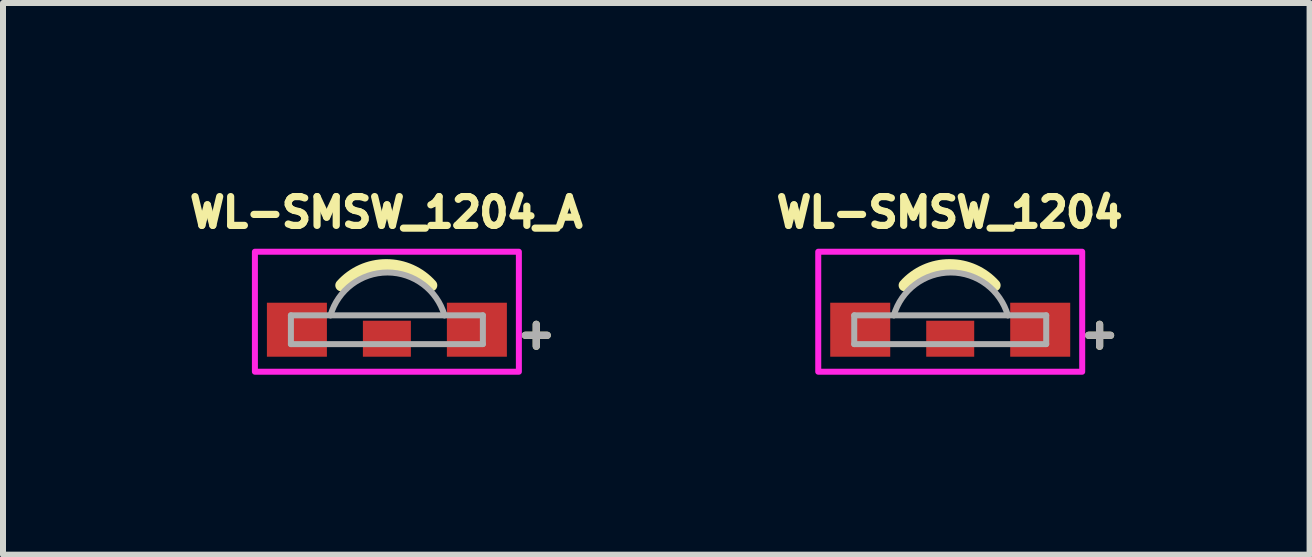
<source format=kicad_pcb>
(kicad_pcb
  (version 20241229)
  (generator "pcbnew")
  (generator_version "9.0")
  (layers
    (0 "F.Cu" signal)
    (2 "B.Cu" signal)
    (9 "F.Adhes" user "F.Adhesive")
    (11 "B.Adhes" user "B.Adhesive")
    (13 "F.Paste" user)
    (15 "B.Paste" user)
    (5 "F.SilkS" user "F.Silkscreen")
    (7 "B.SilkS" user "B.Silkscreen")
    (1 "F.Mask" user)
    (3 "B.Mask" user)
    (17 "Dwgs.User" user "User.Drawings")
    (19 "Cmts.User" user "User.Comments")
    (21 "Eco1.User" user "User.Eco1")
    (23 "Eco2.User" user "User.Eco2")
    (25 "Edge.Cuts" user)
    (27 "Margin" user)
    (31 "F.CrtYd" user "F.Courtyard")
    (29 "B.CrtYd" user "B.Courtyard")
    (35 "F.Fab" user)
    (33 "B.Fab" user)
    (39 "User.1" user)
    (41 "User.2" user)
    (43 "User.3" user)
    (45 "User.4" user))
  (footprint "WL-SMSW_1204"
    (layer "F.Cu")
    (at 12.789 2.446)
    (property "Reference" "WL-SMSW_1204" (at -0.01 -1.955 0) (layer "F.SilkS") (effects (font (size 0.48 0.48) (thickness 0.12))))
    (attr smd)
    (fp_arc (start -0.76 -0.74) (mid -0.01 -1.076799) (end 0.74 -0.74) (stroke (width 0.2) (type solid)) (layer "F.SilkS"))
    (fp_poly (pts (xy -2.2 -1.3) (xy 2.2 -1.3) (xy 2.2 0.7) (xy -2.2 0.7)) (stroke (width 0.1) (type solid)) (fill no) (layer "F.CrtYd"))
    (fp_line (start -1.6 -0.24) (end -0.94 -0.24) (stroke (width 0.1) (type solid)) (layer "F.Fab"))
    (fp_line (start -1.6 0.24) (end -1.6 -0.24) (stroke (width 0.1) (type solid)) (layer "F.Fab"))
    (fp_line (start -0.94 -0.24) (end 0.96 -0.24) (stroke (width 0.1) (type solid)) (layer "F.Fab"))
    (fp_line (start 0.96 -0.24) (end 1.6 -0.24) (stroke (width 0.1) (type solid)) (layer "F.Fab"))
    (fp_line (start 1.6 -0.24) (end 1.6 0.24) (stroke (width 0.1) (type solid)) (layer "F.Fab"))
    (fp_line (start 1.6 0.24) (end -1.6 0.24) (stroke (width 0.1) (type solid)) (layer "F.Fab"))
    (fp_arc (start -0.94 -0.24) (mid 0.01 -0.953972) (end 0.96 -0.24) (stroke (width 0.1) (type solid)) (layer "F.Fab"))
    (fp_text user "+" (at 2.49 0.06 0) (layer "F.SilkS") (effects (font (size 0.48 0.48) (thickness 0.15))))
    (fp_text user "+" (at 2.49 0.06 0) (layer "F.Fab") (effects (font (size 0.48 0.48) (thickness 0.15))))
    (pad "1" smd rect (at -1.5 0) (size 1 0.9) (layers "F.Cu" "F.Mask" "F.Paste"))
    (pad "2" smd rect (at 1.5 0) (size 1 0.9) (layers "F.Cu" "F.Mask" "F.Paste"))
    (pad "3" smd rect (at 0 0.15) (size 0.8 0.6) (layers "F.Cu" "F.Mask" "F.Paste")))
  (footprint "WL-SMSW_1204_A"
    (layer "F.Cu")
    (at 3.399 2.446)
    (property "Reference" "WL-SMSW_1204_A" (at -0.01 -1.955 0) (layer "F.SilkS") (effects (font (size 0.48 0.48) (thickness 0.15))))
    (attr smd)
    (fp_arc (start -0.76 -0.74) (mid -0.01 -1.076799) (end 0.74 -0.74) (stroke (width 0.2) (type solid)) (layer "F.SilkS"))
    (fp_poly (pts (xy -2.2 -1.3) (xy 2.2 -1.3) (xy 2.2 0.7) (xy -2.2 0.7)) (stroke (width 0.1) (type solid)) (fill no) (layer "F.CrtYd"))
    (fp_line (start -1.6 -0.24) (end -0.94 -0.24) (stroke (width 0.1) (type solid)) (layer "F.Fab"))
    (fp_line (start -1.6 0.24) (end -1.6 -0.24) (stroke (width 0.1) (type solid)) (layer "F.Fab"))
    (fp_line (start -0.94 -0.24) (end 0.96 -0.24) (stroke (width 0.1) (type solid)) (layer "F.Fab"))
    (fp_line (start 0.96 -0.24) (end 1.6 -0.24) (stroke (width 0.1) (type solid)) (layer "F.Fab"))
    (fp_line (start 1.6 -0.24) (end 1.6 0.24) (stroke (width 0.1) (type solid)) (layer "F.Fab"))
    (fp_line (start 1.6 0.24) (end -1.6 0.24) (stroke (width 0.1) (type solid)) (layer "F.Fab"))
    (fp_arc (start -0.94 -0.24) (mid 0.01 -0.953972) (end 0.96 -0.24) (stroke (width 0.1) (type solid)) (layer "F.Fab"))
    (fp_text user "+" (at 2.49 0.06 0) (layer "F.SilkS") (effects (font (size 0.48 0.48) (thickness 0.15))))
    (fp_text user "+" (at 2.49 0.06 0) (layer "F.Fab") (effects (font (size 0.48 0.48) (thickness 0.15))))
    (pad "1" smd rect (at -1.5 0) (size 1 0.9) (layers "F.Cu" "F.Mask" "F.Paste"))
    (pad "2" smd rect (at 1.5 0) (size 1 0.9) (layers "F.Cu" "F.Mask" "F.Paste"))
    (pad "3" smd rect (at 0 0.15) (size 0.8 0.6) (layers "F.Cu" "F.Mask" "F.Paste")))
  (gr_rect
    (start -3 -3)
    (end 18.779 6.196)
    (stroke (width 0.1) (type default))
    (fill no)
    (layer "Edge.Cuts")))
</source>
